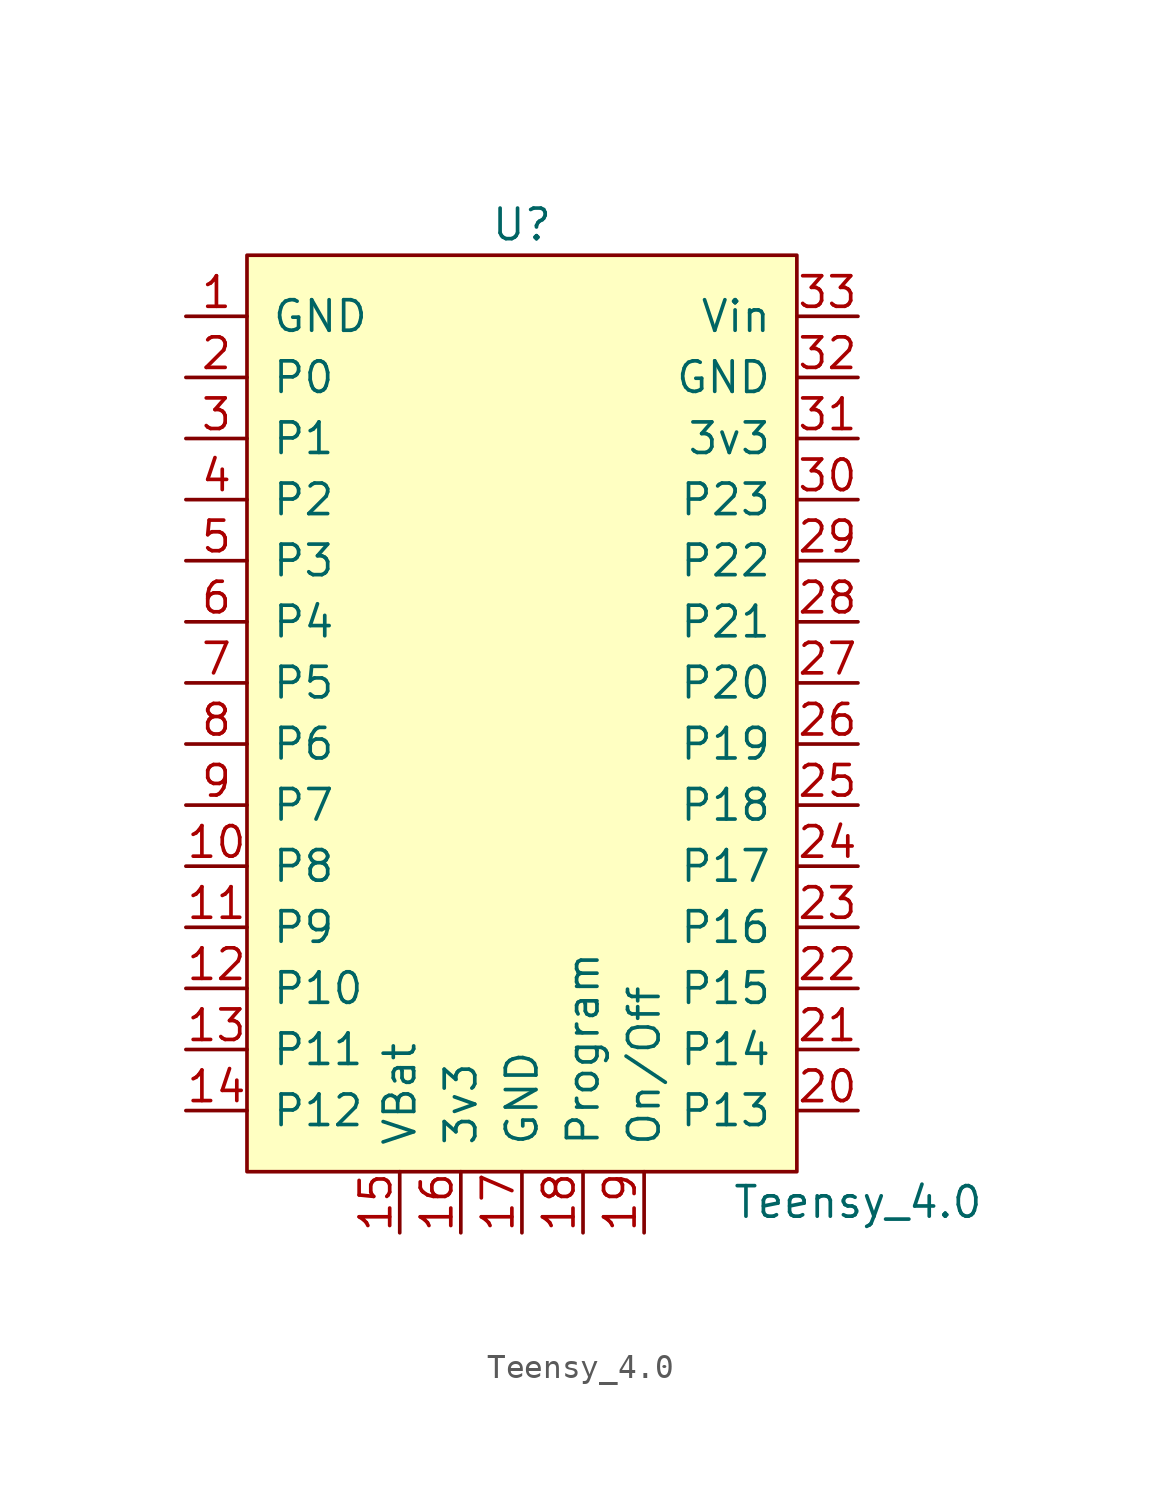
<source format=kicad_sym>
(kicad_symbol_lib
  (version 20211014)
  (generator kicad_symbol_editor)
  (symbol "Teensy_4.0"
    (pin_names
      (offset 1.016))
    (property "Reference" "U"
      (at 0 20.32 0)
      (effects (font (size 1.27 1.27))))
    (property "Value" "Teensy_4.0"
      (at 13.97 -20.32 0)
      (effects (font (size 1.27 1.27))))
    (symbol "Teensy_4.0_0_1"
      (rectangle (start -11.43 19.05) (end 11.43 -19.05) (stroke (width 0) (type default) (color 0 0 0 0)) (fill (type background))))
    (symbol "Teensy_4.0_1_1"
      (pin power_in line (at -13.97 16.51 0) (length 2.54) (name "GND" (effects (font (size 1.27 1.27)))) (number "1" (effects (font (size 1.27 1.27)))))
      (pin bidirectional line (at -13.97 -6.35 0) (length 2.54) (name "P8" (effects (font (size 1.27 1.27)))) (number "10" (effects (font (size 1.27 1.27)))))
      (pin bidirectional line (at -13.97 -8.89 0) (length 2.54) (name "P9" (effects (font (size 1.27 1.27)))) (number "11" (effects (font (size 1.27 1.27)))))
      (pin bidirectional line (at -13.97 -11.43 0) (length 2.54) (name "P10" (effects (font (size 1.27 1.27)))) (number "12" (effects (font (size 1.27 1.27)))))
      (pin bidirectional line (at -13.97 -13.97 0) (length 2.54) (name "P11" (effects (font (size 1.27 1.27)))) (number "13" (effects (font (size 1.27 1.27)))))
      (pin bidirectional line (at -13.97 -16.51 0) (length 2.54) (name "P12" (effects (font (size 1.27 1.27)))) (number "14" (effects (font (size 1.27 1.27)))))
      (pin power_in line (at -5.08 -21.59 90) (length 2.54) (name "VBat" (effects (font (size 1.27 1.27)))) (number "15" (effects (font (size 1.27 1.27)))))
      (pin power_in line (at -2.54 -21.59 90) (length 2.54) (name "3v3" (effects (font (size 1.27 1.27)))) (number "16" (effects (font (size 1.27 1.27)))))
      (pin power_in line (at 0 -21.59 90) (length 2.54) (name "GND" (effects (font (size 1.27 1.27)))) (number "17" (effects (font (size 1.27 1.27)))))
      (pin bidirectional line (at 2.54 -21.59 90) (length 2.54) (name "Program" (effects (font (size 1.27 1.27)))) (number "18" (effects (font (size 1.27 1.27)))))
      (pin bidirectional line (at 5.08 -21.59 90) (length 2.54) (name "On/Off" (effects (font (size 1.27 1.27)))) (number "19" (effects (font (size 1.27 1.27)))))
      (pin bidirectional line (at -13.97 13.97 0) (length 2.54) (name "P0" (effects (font (size 1.27 1.27)))) (number "2" (effects (font (size 1.27 1.27)))))
      (pin bidirectional line (at 13.97 -16.51 180) (length 2.54) (name "P13" (effects (font (size 1.27 1.27)))) (number "20" (effects (font (size 1.27 1.27)))))
      (pin bidirectional line (at 13.97 -13.97 180) (length 2.54) (name "P14" (effects (font (size 1.27 1.27)))) (number "21" (effects (font (size 1.27 1.27)))))
      (pin bidirectional line (at 13.97 -11.43 180) (length 2.54) (name "P15" (effects (font (size 1.27 1.27)))) (number "22" (effects (font (size 1.27 1.27)))))
      (pin bidirectional line (at 13.97 -8.89 180) (length 2.54) (name "P16" (effects (font (size 1.27 1.27)))) (number "23" (effects (font (size 1.27 1.27)))))
      (pin bidirectional line (at 13.97 -6.35 180) (length 2.54) (name "P17" (effects (font (size 1.27 1.27)))) (number "24" (effects (font (size 1.27 1.27)))))
      (pin bidirectional line (at 13.97 -3.81 180) (length 2.54) (name "P18" (effects (font (size 1.27 1.27)))) (number "25" (effects (font (size 1.27 1.27)))))
      (pin bidirectional line (at 13.97 -1.27 180) (length 2.54) (name "P19" (effects (font (size 1.27 1.27)))) (number "26" (effects (font (size 1.27 1.27)))))
      (pin bidirectional line (at 13.97 1.27 180) (length 2.54) (name "P20" (effects (font (size 1.27 1.27)))) (number "27" (effects (font (size 1.27 1.27)))))
      (pin bidirectional line (at 13.97 3.81 180) (length 2.54) (name "P21" (effects (font (size 1.27 1.27)))) (number "28" (effects (font (size 1.27 1.27)))))
      (pin bidirectional line (at 13.97 6.35 180) (length 2.54) (name "P22" (effects (font (size 1.27 1.27)))) (number "29" (effects (font (size 1.27 1.27)))))
      (pin bidirectional line (at -13.97 11.43 0) (length 2.54) (name "P1" (effects (font (size 1.27 1.27)))) (number "3" (effects (font (size 1.27 1.27)))))
      (pin bidirectional line (at 13.97 8.89 180) (length 2.54) (name "P23" (effects (font (size 1.27 1.27)))) (number "30" (effects (font (size 1.27 1.27)))))
      (pin power_in line (at 13.97 11.43 180) (length 2.54) (name "3v3" (effects (font (size 1.27 1.27)))) (number "31" (effects (font (size 1.27 1.27)))))
      (pin power_in line (at 13.97 13.97 180) (length 2.54) (name "GND" (effects (font (size 1.27 1.27)))) (number "32" (effects (font (size 1.27 1.27)))))
      (pin power_in line (at 13.97 16.51 180) (length 2.54) (name "Vin" (effects (font (size 1.27 1.27)))) (number "33" (effects (font (size 1.27 1.27)))))
      (pin bidirectional line (at -13.97 8.89 0) (length 2.54) (name "P2" (effects (font (size 1.27 1.27)))) (number "4" (effects (font (size 1.27 1.27)))))
      (pin bidirectional line (at -13.97 6.35 0) (length 2.54) (name "P3" (effects (font (size 1.27 1.27)))) (number "5" (effects (font (size 1.27 1.27)))))
      (pin bidirectional line (at -13.97 3.81 0) (length 2.54) (name "P4" (effects (font (size 1.27 1.27)))) (number "6" (effects (font (size 1.27 1.27)))))
      (pin bidirectional line (at -13.97 1.27 0) (length 2.54) (name "P5" (effects (font (size 1.27 1.27)))) (number "7" (effects (font (size 1.27 1.27)))))
      (pin bidirectional line (at -13.97 -1.27 0) (length 2.54) (name "P6" (effects (font (size 1.27 1.27)))) (number "8" (effects (font (size 1.27 1.27)))))
      (pin bidirectional line (at -13.97 -3.81 0) (length 2.54) (name "P7" (effects (font (size 1.27 1.27)))) (number "9" (effects (font (size 1.27 1.27))))))))
</source>
